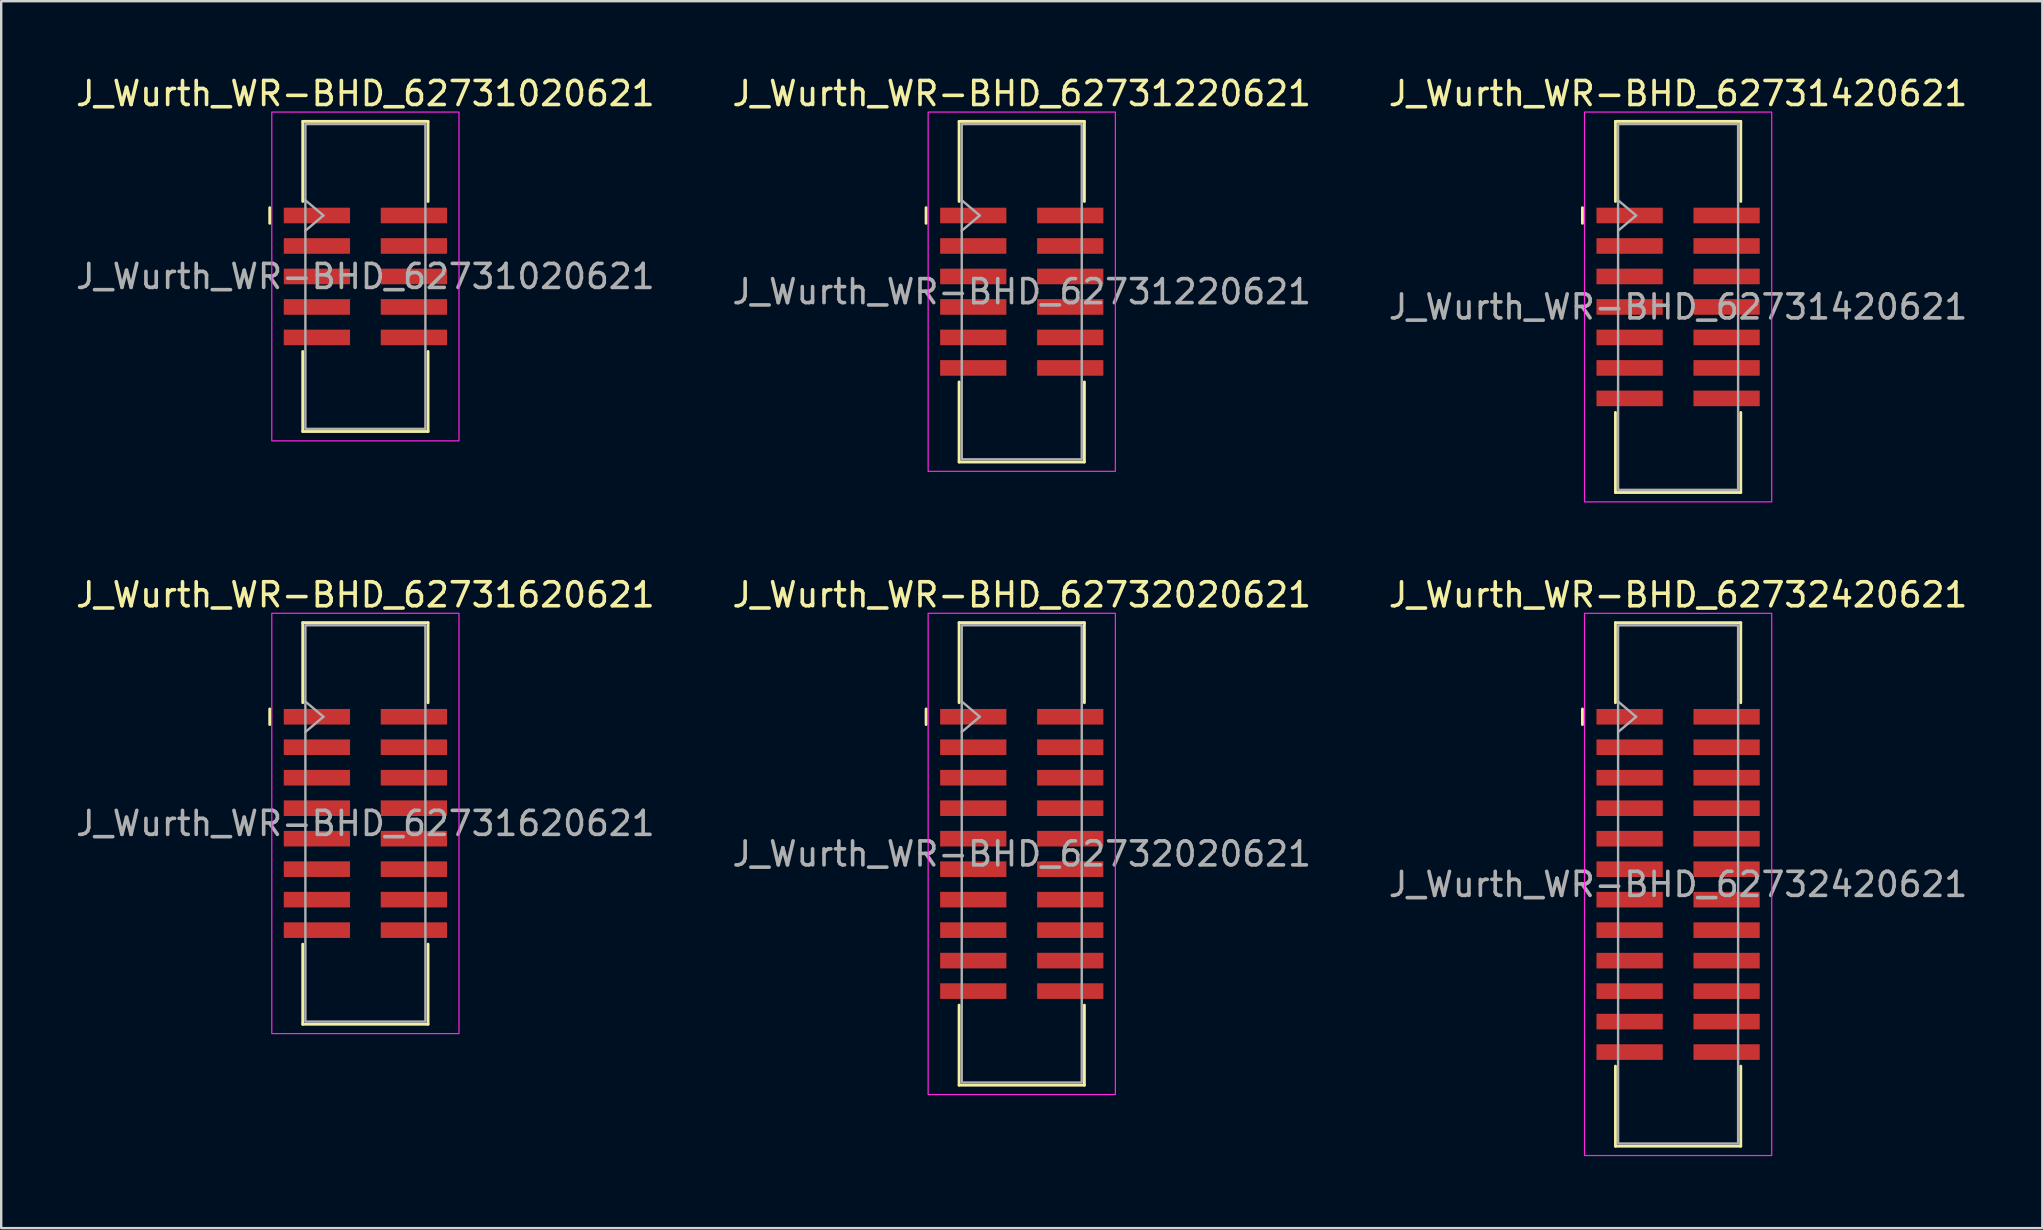
<source format=kicad_pcb>
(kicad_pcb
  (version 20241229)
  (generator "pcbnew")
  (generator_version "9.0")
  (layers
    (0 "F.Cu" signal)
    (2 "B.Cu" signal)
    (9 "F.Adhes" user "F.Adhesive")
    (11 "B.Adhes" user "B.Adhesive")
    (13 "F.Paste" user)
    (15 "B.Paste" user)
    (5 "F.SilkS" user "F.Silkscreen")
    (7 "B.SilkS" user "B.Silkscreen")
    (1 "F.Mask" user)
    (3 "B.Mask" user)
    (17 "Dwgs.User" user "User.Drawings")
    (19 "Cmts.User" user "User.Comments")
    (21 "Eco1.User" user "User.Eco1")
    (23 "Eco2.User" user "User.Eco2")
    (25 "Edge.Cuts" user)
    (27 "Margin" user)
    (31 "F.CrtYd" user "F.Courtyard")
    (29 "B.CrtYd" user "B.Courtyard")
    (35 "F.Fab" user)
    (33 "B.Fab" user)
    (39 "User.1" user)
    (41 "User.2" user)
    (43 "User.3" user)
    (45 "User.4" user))
  (footprint "J_Wurth_WR-BHD_62732020621"
    (layer "F.Cu")
    (at 39.518 32.526)
    (property "Reference" "J_Wurth_WR-BHD_62732020621" (at 0 -10.795 0) (unlocked yes) (layer "F.SilkS") (effects (font (size 1 1) (thickness 0.15))))
    (attr smd)
    (fp_line (start -3.985 -6.04) (end -3.985 -5.39) (stroke (width 0.12) (type solid)) (layer "F.SilkS"))
    (fp_line (start -2.61 -9.635) (end 2.61 -9.635) (stroke (width 0.12) (type default)) (layer "F.SilkS"))
    (fp_line (start -2.61 -6.3) (end -2.61 -9.635) (stroke (width 0.12) (type solid)) (layer "F.SilkS"))
    (fp_line (start -2.61 9.635) (end -2.61 6.3) (stroke (width 0.12) (type solid)) (layer "F.SilkS"))
    (fp_line (start 2.61 -6.3) (end 2.61 -9.635) (stroke (width 0.12) (type solid)) (layer "F.SilkS"))
    (fp_line (start 2.61 6.3) (end 2.61 9.635) (stroke (width 0.12) (type solid)) (layer "F.SilkS"))
    (fp_line (start 2.61 9.635) (end -2.61 9.635) (stroke (width 0.12) (type default)) (layer "F.SilkS"))
    (fp_rect (start -3.9 -10.025) (end 3.9 10.025) (stroke (width 0.05) (type solid)) (fill no) (layer "F.CrtYd"))
    (fp_line (start -1.75 -5.715) (end -2.5 -6.35) (stroke (width 0.1) (type solid)) (layer "F.Fab"))
    (fp_line (start -1.75 -5.715) (end -2.5 -5.08) (stroke (width 0.1) (type solid)) (layer "F.Fab"))
    (fp_rect (start -2.5 -9.525) (end 2.5 9.525) (stroke (width 0.1) (type solid)) (fill no) (layer "F.Fab"))
    (fp_text user "${REFERENCE}" (at 0 0 0) (unlocked yes) (layer "F.Fab") (effects (font (size 1 1) (thickness 0.15))))
    (pad "1" smd rect (at -2.02 -5.715 270) (size 0.65 2.76) (layers "F.Cu" "F.Mask" "F.Paste"))
    (pad "2" smd rect (at 2.02 -5.715 270) (size 0.65 2.76) (layers "F.Cu" "F.Mask" "F.Paste"))
    (pad "3" smd rect (at -2.02 -4.445 270) (size 0.65 2.76) (layers "F.Cu" "F.Mask" "F.Paste"))
    (pad "4" smd rect (at 2.02 -4.445 270) (size 0.65 2.76) (layers "F.Cu" "F.Mask" "F.Paste"))
    (pad "5" smd rect (at -2.02 -3.175 270) (size 0.65 2.76) (layers "F.Cu" "F.Mask" "F.Paste"))
    (pad "6" smd rect (at 2.02 -3.175 270) (size 0.65 2.76) (layers "F.Cu" "F.Mask" "F.Paste"))
    (pad "7" smd rect (at -2.02 -1.905 270) (size 0.65 2.76) (layers "F.Cu" "F.Mask" "F.Paste"))
    (pad "8" smd rect (at 2.02 -1.905 270) (size 0.65 2.76) (layers "F.Cu" "F.Mask" "F.Paste"))
    (pad "9" smd rect (at -2.02 -0.635 270) (size 0.65 2.76) (layers "F.Cu" "F.Mask" "F.Paste"))
    (pad "10" smd rect (at 2.02 -0.635 270) (size 0.65 2.76) (layers "F.Cu" "F.Mask" "F.Paste"))
    (pad "11" smd rect (at -2.02 0.635 270) (size 0.65 2.76) (layers "F.Cu" "F.Mask" "F.Paste"))
    (pad "12" smd rect (at 2.02 0.635 270) (size 0.65 2.76) (layers "F.Cu" "F.Mask" "F.Paste"))
    (pad "13" smd rect (at -2.02 1.905 270) (size 0.65 2.76) (layers "F.Cu" "F.Mask" "F.Paste"))
    (pad "14" smd rect (at 2.02 1.905 270) (size 0.65 2.76) (layers "F.Cu" "F.Mask" "F.Paste"))
    (pad "15" smd rect (at -2.02 3.175 270) (size 0.65 2.76) (layers "F.Cu" "F.Mask" "F.Paste"))
    (pad "16" smd rect (at 2.02 3.175 270) (size 0.65 2.76) (layers "F.Cu" "F.Mask" "F.Paste"))
    (pad "17" smd rect (at -2.02 4.445 270) (size 0.65 2.76) (layers "F.Cu" "F.Mask" "F.Paste"))
    (pad "18" smd rect (at 2.02 4.445 270) (size 0.65 2.76) (layers "F.Cu" "F.Mask" "F.Paste"))
    (pad "19" smd rect (at -2.02 5.715 270) (size 0.65 2.76) (layers "F.Cu" "F.Mask" "F.Paste"))
    (pad "20" smd rect (at 2.02 5.715 270) (size 0.65 2.76) (layers "F.Cu" "F.Mask" "F.Paste")))
  (footprint "J_Wurth_WR-BHD_62731220621"
    (layer "F.Cu")
    (at 39.518 9.103)
    (property "Reference" "J_Wurth_WR-BHD_62731220621" (at 0 -8.255 0) (unlocked yes) (layer "F.SilkS") (effects (font (size 1 1) (thickness 0.15))))
    (attr smd)
    (fp_line (start -3.985 -3.5) (end -3.985 -2.85) (stroke (width 0.12) (type solid)) (layer "F.SilkS"))
    (fp_line (start -2.61 -7.095) (end 2.61 -7.095) (stroke (width 0.12) (type default)) (layer "F.SilkS"))
    (fp_line (start -2.61 -3.76) (end -2.61 -7.095) (stroke (width 0.12) (type solid)) (layer "F.SilkS"))
    (fp_line (start -2.61 7.095) (end -2.61 3.76) (stroke (width 0.12) (type solid)) (layer "F.SilkS"))
    (fp_line (start 2.61 -3.76) (end 2.61 -7.095) (stroke (width 0.12) (type solid)) (layer "F.SilkS"))
    (fp_line (start 2.61 3.76) (end 2.61 7.095) (stroke (width 0.12) (type solid)) (layer "F.SilkS"))
    (fp_line (start 2.61 7.095) (end -2.61 7.095) (stroke (width 0.12) (type default)) (layer "F.SilkS"))
    (fp_rect (start -3.9 -7.485) (end 3.9 7.485) (stroke (width 0.05) (type solid)) (fill no) (layer "F.CrtYd"))
    (fp_line (start -1.75 -3.175) (end -2.5 -3.81) (stroke (width 0.1) (type solid)) (layer "F.Fab"))
    (fp_line (start -1.75 -3.175) (end -2.5 -2.54) (stroke (width 0.1) (type solid)) (layer "F.Fab"))
    (fp_rect (start -2.5 -6.985) (end 2.5 6.985) (stroke (width 0.1) (type solid)) (fill no) (layer "F.Fab"))
    (fp_text user "${REFERENCE}" (at 0 0 0) (unlocked yes) (layer "F.Fab") (effects (font (size 1 1) (thickness 0.15))))
    (pad "1" smd rect (at -2.02 -3.175 270) (size 0.65 2.76) (layers "F.Cu" "F.Mask" "F.Paste"))
    (pad "2" smd rect (at 2.02 -3.175 270) (size 0.65 2.76) (layers "F.Cu" "F.Mask" "F.Paste"))
    (pad "3" smd rect (at -2.02 -1.905 270) (size 0.65 2.76) (layers "F.Cu" "F.Mask" "F.Paste"))
    (pad "4" smd rect (at 2.02 -1.905 270) (size 0.65 2.76) (layers "F.Cu" "F.Mask" "F.Paste"))
    (pad "5" smd rect (at -2.02 -0.635 270) (size 0.65 2.76) (layers "F.Cu" "F.Mask" "F.Paste"))
    (pad "6" smd rect (at 2.02 -0.635 270) (size 0.65 2.76) (layers "F.Cu" "F.Mask" "F.Paste"))
    (pad "7" smd rect (at -2.02 0.635 270) (size 0.65 2.76) (layers "F.Cu" "F.Mask" "F.Paste"))
    (pad "8" smd rect (at 2.02 0.635 270) (size 0.65 2.76) (layers "F.Cu" "F.Mask" "F.Paste"))
    (pad "9" smd rect (at -2.02 1.905 270) (size 0.65 2.76) (layers "F.Cu" "F.Mask" "F.Paste"))
    (pad "10" smd rect (at 2.02 1.905 270) (size 0.65 2.76) (layers "F.Cu" "F.Mask" "F.Paste"))
    (pad "11" smd rect (at -2.02 3.175 270) (size 0.65 2.76) (layers "F.Cu" "F.Mask" "F.Paste"))
    (pad "12" smd rect (at 2.02 3.175 270) (size 0.65 2.76) (layers "F.Cu" "F.Mask" "F.Paste")))
  (footprint "J_Wurth_WR-BHD_62731420621"
    (layer "F.Cu")
    (at 66.863 9.738)
    (property "Reference" "J_Wurth_WR-BHD_62731420621" (at 0 -8.89 0) (unlocked yes) (layer "F.SilkS") (effects (font (size 1 1) (thickness 0.15))))
    (attr smd)
    (fp_line (start -3.985 -4.135) (end -3.985 -3.485) (stroke (width 0.12) (type solid)) (layer "F.SilkS"))
    (fp_line (start -2.61 -7.73) (end 2.61 -7.73) (stroke (width 0.12) (type default)) (layer "F.SilkS"))
    (fp_line (start -2.61 -4.395) (end -2.61 -7.73) (stroke (width 0.12) (type solid)) (layer "F.SilkS"))
    (fp_line (start -2.61 7.73) (end -2.61 4.395) (stroke (width 0.12) (type solid)) (layer "F.SilkS"))
    (fp_line (start 2.61 -4.395) (end 2.61 -7.73) (stroke (width 0.12) (type solid)) (layer "F.SilkS"))
    (fp_line (start 2.61 4.395) (end 2.61 7.73) (stroke (width 0.12) (type solid)) (layer "F.SilkS"))
    (fp_line (start 2.61 7.73) (end -2.61 7.73) (stroke (width 0.12) (type default)) (layer "F.SilkS"))
    (fp_rect (start -3.9 -8.12) (end 3.9 8.12) (stroke (width 0.05) (type solid)) (fill no) (layer "F.CrtYd"))
    (fp_line (start -1.75 -3.81) (end -2.5 -4.445) (stroke (width 0.1) (type solid)) (layer "F.Fab"))
    (fp_line (start -1.75 -3.81) (end -2.5 -3.175) (stroke (width 0.1) (type solid)) (layer "F.Fab"))
    (fp_rect (start -2.5 -7.62) (end 2.5 7.62) (stroke (width 0.1) (type solid)) (fill no) (layer "F.Fab"))
    (fp_text user "${REFERENCE}" (at 0 0 0) (unlocked yes) (layer "F.Fab") (effects (font (size 1 1) (thickness 0.15))))
    (pad "1" smd rect (at -2.02 -3.81 270) (size 0.65 2.76) (layers "F.Cu" "F.Mask" "F.Paste"))
    (pad "2" smd rect (at 2.02 -3.81 270) (size 0.65 2.76) (layers "F.Cu" "F.Mask" "F.Paste"))
    (pad "3" smd rect (at -2.02 -2.54 270) (size 0.65 2.76) (layers "F.Cu" "F.Mask" "F.Paste"))
    (pad "4" smd rect (at 2.02 -2.54 270) (size 0.65 2.76) (layers "F.Cu" "F.Mask" "F.Paste"))
    (pad "5" smd rect (at -2.02 -1.27 270) (size 0.65 2.76) (layers "F.Cu" "F.Mask" "F.Paste"))
    (pad "6" smd rect (at 2.02 -1.27 270) (size 0.65 2.76) (layers "F.Cu" "F.Mask" "F.Paste"))
    (pad "7" smd rect (at -2.02 0 270) (size 0.65 2.76) (layers "F.Cu" "F.Mask" "F.Paste"))
    (pad "8" smd rect (at 2.02 0 270) (size 0.65 2.76) (layers "F.Cu" "F.Mask" "F.Paste"))
    (pad "9" smd rect (at -2.02 1.27 270) (size 0.65 2.76) (layers "F.Cu" "F.Mask" "F.Paste"))
    (pad "10" smd rect (at 2.02 1.27 270) (size 0.65 2.76) (layers "F.Cu" "F.Mask" "F.Paste"))
    (pad "11" smd rect (at -2.02 2.54 270) (size 0.65 2.76) (layers "F.Cu" "F.Mask" "F.Paste"))
    (pad "12" smd rect (at 2.02 2.54 270) (size 0.65 2.76) (layers "F.Cu" "F.Mask" "F.Paste"))
    (pad "13" smd rect (at -2.02 3.81 270) (size 0.65 2.76) (layers "F.Cu" "F.Mask" "F.Paste"))
    (pad "14" smd rect (at 2.02 3.81 270) (size 0.65 2.76) (layers "F.Cu" "F.Mask" "F.Paste")))
  (footprint "J_Wurth_WR-BHD_62732420621"
    (layer "F.Cu")
    (at 66.863 33.797)
    (property "Reference" "J_Wurth_WR-BHD_62732420621" (at 0 -12.065 0) (unlocked yes) (layer "F.SilkS") (effects (font (size 1 1) (thickness 0.15))))
    (attr smd)
    (fp_line (start -3.985 -7.31) (end -3.985 -6.66) (stroke (width 0.12) (type solid)) (layer "F.SilkS"))
    (fp_line (start -2.61 -10.905) (end 2.61 -10.905) (stroke (width 0.12) (type default)) (layer "F.SilkS"))
    (fp_line (start -2.61 -7.57) (end -2.61 -10.905) (stroke (width 0.12) (type solid)) (layer "F.SilkS"))
    (fp_line (start -2.61 10.905) (end -2.61 7.57) (stroke (width 0.12) (type solid)) (layer "F.SilkS"))
    (fp_line (start 2.61 -7.57) (end 2.61 -10.905) (stroke (width 0.12) (type solid)) (layer "F.SilkS"))
    (fp_line (start 2.61 7.57) (end 2.61 10.905) (stroke (width 0.12) (type solid)) (layer "F.SilkS"))
    (fp_line (start 2.61 10.905) (end -2.61 10.905) (stroke (width 0.12) (type default)) (layer "F.SilkS"))
    (fp_rect (start -3.9 -11.295) (end 3.9 11.295) (stroke (width 0.05) (type solid)) (fill no) (layer "F.CrtYd"))
    (fp_line (start -1.75 -6.985) (end -2.5 -7.62) (stroke (width 0.1) (type solid)) (layer "F.Fab"))
    (fp_line (start -1.75 -6.985) (end -2.5 -6.35) (stroke (width 0.1) (type solid)) (layer "F.Fab"))
    (fp_rect (start -2.5 -10.795) (end 2.5 10.795) (stroke (width 0.1) (type solid)) (fill no) (layer "F.Fab"))
    (fp_text user "${REFERENCE}" (at 0 0 0) (unlocked yes) (layer "F.Fab") (effects (font (size 1 1) (thickness 0.15))))
    (pad "1" smd rect (at -2.02 -6.985 270) (size 0.65 2.76) (layers "F.Cu" "F.Mask" "F.Paste"))
    (pad "2" smd rect (at 2.02 -6.985 270) (size 0.65 2.76) (layers "F.Cu" "F.Mask" "F.Paste"))
    (pad "3" smd rect (at -2.02 -5.715 270) (size 0.65 2.76) (layers "F.Cu" "F.Mask" "F.Paste"))
    (pad "4" smd rect (at 2.02 -5.715 270) (size 0.65 2.76) (layers "F.Cu" "F.Mask" "F.Paste"))
    (pad "5" smd rect (at -2.02 -4.445 270) (size 0.65 2.76) (layers "F.Cu" "F.Mask" "F.Paste"))
    (pad "6" smd rect (at 2.02 -4.445 270) (size 0.65 2.76) (layers "F.Cu" "F.Mask" "F.Paste"))
    (pad "7" smd rect (at -2.02 -3.175 270) (size 0.65 2.76) (layers "F.Cu" "F.Mask" "F.Paste"))
    (pad "8" smd rect (at 2.02 -3.175 270) (size 0.65 2.76) (layers "F.Cu" "F.Mask" "F.Paste"))
    (pad "9" smd rect (at -2.02 -1.905 270) (size 0.65 2.76) (layers "F.Cu" "F.Mask" "F.Paste"))
    (pad "10" smd rect (at 2.02 -1.905 270) (size 0.65 2.76) (layers "F.Cu" "F.Mask" "F.Paste"))
    (pad "11" smd rect (at -2.02 -0.635 270) (size 0.65 2.76) (layers "F.Cu" "F.Mask" "F.Paste"))
    (pad "12" smd rect (at 2.02 -0.635 270) (size 0.65 2.76) (layers "F.Cu" "F.Mask" "F.Paste"))
    (pad "13" smd rect (at -2.02 0.635 270) (size 0.65 2.76) (layers "F.Cu" "F.Mask" "F.Paste"))
    (pad "14" smd rect (at 2.02 0.635 270) (size 0.65 2.76) (layers "F.Cu" "F.Mask" "F.Paste"))
    (pad "15" smd rect (at -2.02 1.905 270) (size 0.65 2.76) (layers "F.Cu" "F.Mask" "F.Paste"))
    (pad "16" smd rect (at 2.02 1.905 270) (size 0.65 2.76) (layers "F.Cu" "F.Mask" "F.Paste"))
    (pad "17" smd rect (at -2.02 3.175 270) (size 0.65 2.76) (layers "F.Cu" "F.Mask" "F.Paste"))
    (pad "18" smd rect (at 2.02 3.175 270) (size 0.65 2.76) (layers "F.Cu" "F.Mask" "F.Paste"))
    (pad "19" smd rect (at -2.02 4.445 270) (size 0.65 2.76) (layers "F.Cu" "F.Mask" "F.Paste"))
    (pad "20" smd rect (at 2.02 4.445 270) (size 0.65 2.76) (layers "F.Cu" "F.Mask" "F.Paste"))
    (pad "21" smd rect (at -2.02 5.715 270) (size 0.65 2.76) (layers "F.Cu" "F.Mask" "F.Paste"))
    (pad "22" smd rect (at 2.02 5.715 270) (size 0.65 2.76) (layers "F.Cu" "F.Mask" "F.Paste"))
    (pad "23" smd rect (at -2.02 6.985 270) (size 0.65 2.76) (layers "F.Cu" "F.Mask" "F.Paste"))
    (pad "24" smd rect (at 2.02 6.985 270) (size 0.65 2.76) (layers "F.Cu" "F.Mask" "F.Paste")))
  (footprint "J_Wurth_WR-BHD_62731020621"
    (layer "F.Cu")
    (at 12.173 8.468)
    (property "Reference" "J_Wurth_WR-BHD_62731020621" (at 0 -7.62 0) (unlocked yes) (layer "F.SilkS") (effects (font (size 1 1) (thickness 0.15))))
    (attr smd)
    (fp_line (start -3.985 -2.865) (end -3.985 -2.215) (stroke (width 0.12) (type solid)) (layer "F.SilkS"))
    (fp_line (start -2.61 -6.46) (end 2.61 -6.46) (stroke (width 0.12) (type default)) (layer "F.SilkS"))
    (fp_line (start -2.61 -3.125) (end -2.61 -6.46) (stroke (width 0.12) (type solid)) (layer "F.SilkS"))
    (fp_line (start -2.61 6.46) (end -2.61 3.125) (stroke (width 0.12) (type solid)) (layer "F.SilkS"))
    (fp_line (start 2.61 -3.125) (end 2.61 -6.46) (stroke (width 0.12) (type solid)) (layer "F.SilkS"))
    (fp_line (start 2.61 3.125) (end 2.61 6.46) (stroke (width 0.12) (type solid)) (layer "F.SilkS"))
    (fp_line (start 2.61 6.46) (end -2.61 6.46) (stroke (width 0.12) (type default)) (layer "F.SilkS"))
    (fp_rect (start -3.9 -6.85) (end 3.9 6.85) (stroke (width 0.05) (type solid)) (fill no) (layer "F.CrtYd"))
    (fp_line (start -1.75 -2.54) (end -2.5 -3.175) (stroke (width 0.1) (type solid)) (layer "F.Fab"))
    (fp_line (start -1.75 -2.54) (end -2.5 -1.905) (stroke (width 0.1) (type solid)) (layer "F.Fab"))
    (fp_rect (start -2.5 -6.35) (end 2.5 6.35) (stroke (width 0.1) (type solid)) (fill no) (layer "F.Fab"))
    (fp_text user "${REFERENCE}" (at 0 0 0) (unlocked yes) (layer "F.Fab") (effects (font (size 1 1) (thickness 0.15))))
    (pad "1" smd rect (at -2.02 -2.54 270) (size 0.65 2.76) (layers "F.Cu" "F.Mask" "F.Paste"))
    (pad "2" smd rect (at 2.02 -2.54 270) (size 0.65 2.76) (layers "F.Cu" "F.Mask" "F.Paste"))
    (pad "3" smd rect (at -2.02 -1.27 270) (size 0.65 2.76) (layers "F.Cu" "F.Mask" "F.Paste"))
    (pad "4" smd rect (at 2.02 -1.27 270) (size 0.65 2.76) (layers "F.Cu" "F.Mask" "F.Paste"))
    (pad "5" smd rect (at -2.02 0 270) (size 0.65 2.76) (layers "F.Cu" "F.Mask" "F.Paste"))
    (pad "6" smd rect (at 2.02 0 270) (size 0.65 2.76) (layers "F.Cu" "F.Mask" "F.Paste"))
    (pad "7" smd rect (at -2.02 1.27 270) (size 0.65 2.76) (layers "F.Cu" "F.Mask" "F.Paste"))
    (pad "8" smd rect (at 2.02 1.27 270) (size 0.65 2.76) (layers "F.Cu" "F.Mask" "F.Paste"))
    (pad "9" smd rect (at -2.02 2.54 270) (size 0.65 2.76) (layers "F.Cu" "F.Mask" "F.Paste"))
    (pad "10" smd rect (at 2.02 2.54 270) (size 0.65 2.76) (layers "F.Cu" "F.Mask" "F.Paste")))
  (footprint "J_Wurth_WR-BHD_62731620621"
    (layer "F.Cu")
    (at 12.173 31.256)
    (property "Reference" "J_Wurth_WR-BHD_62731620621" (at 0 -9.525 0) (unlocked yes) (layer "F.SilkS") (effects (font (size 1 1) (thickness 0.15))))
    (attr smd)
    (fp_line (start -3.985 -4.77) (end -3.985 -4.12) (stroke (width 0.12) (type solid)) (layer "F.SilkS"))
    (fp_line (start -2.61 -8.365) (end 2.61 -8.365) (stroke (width 0.12) (type default)) (layer "F.SilkS"))
    (fp_line (start -2.61 -5.03) (end -2.61 -8.365) (stroke (width 0.12) (type solid)) (layer "F.SilkS"))
    (fp_line (start -2.61 8.365) (end -2.61 5.03) (stroke (width 0.12) (type solid)) (layer "F.SilkS"))
    (fp_line (start 2.61 -5.03) (end 2.61 -8.365) (stroke (width 0.12) (type solid)) (layer "F.SilkS"))
    (fp_line (start 2.61 5.03) (end 2.61 8.365) (stroke (width 0.12) (type solid)) (layer "F.SilkS"))
    (fp_line (start 2.61 8.365) (end -2.61 8.365) (stroke (width 0.12) (type default)) (layer "F.SilkS"))
    (fp_rect (start -3.9 -8.755) (end 3.9 8.755) (stroke (width 0.05) (type solid)) (fill no) (layer "F.CrtYd"))
    (fp_line (start -1.75 -4.445) (end -2.5 -5.08) (stroke (width 0.1) (type solid)) (layer "F.Fab"))
    (fp_line (start -1.75 -4.445) (end -2.5 -3.81) (stroke (width 0.1) (type solid)) (layer "F.Fab"))
    (fp_rect (start -2.5 -8.255) (end 2.5 8.255) (stroke (width 0.1) (type solid)) (fill no) (layer "F.Fab"))
    (fp_text user "${REFERENCE}" (at 0 0 0) (unlocked yes) (layer "F.Fab") (effects (font (size 1 1) (thickness 0.15))))
    (pad "1" smd rect (at -2.02 -4.445 270) (size 0.65 2.76) (layers "F.Cu" "F.Mask" "F.Paste"))
    (pad "2" smd rect (at 2.02 -4.445 270) (size 0.65 2.76) (layers "F.Cu" "F.Mask" "F.Paste"))
    (pad "3" smd rect (at -2.02 -3.175 270) (size 0.65 2.76) (layers "F.Cu" "F.Mask" "F.Paste"))
    (pad "4" smd rect (at 2.02 -3.175 270) (size 0.65 2.76) (layers "F.Cu" "F.Mask" "F.Paste"))
    (pad "5" smd rect (at -2.02 -1.905 270) (size 0.65 2.76) (layers "F.Cu" "F.Mask" "F.Paste"))
    (pad "6" smd rect (at 2.02 -1.905 270) (size 0.65 2.76) (layers "F.Cu" "F.Mask" "F.Paste"))
    (pad "7" smd rect (at -2.02 -0.635 270) (size 0.65 2.76) (layers "F.Cu" "F.Mask" "F.Paste"))
    (pad "8" smd rect (at 2.02 -0.635 270) (size 0.65 2.76) (layers "F.Cu" "F.Mask" "F.Paste"))
    (pad "9" smd rect (at -2.02 0.635 270) (size 0.65 2.76) (layers "F.Cu" "F.Mask" "F.Paste"))
    (pad "10" smd rect (at 2.02 0.635 270) (size 0.65 2.76) (layers "F.Cu" "F.Mask" "F.Paste"))
    (pad "11" smd rect (at -2.02 1.905 270) (size 0.65 2.76) (layers "F.Cu" "F.Mask" "F.Paste"))
    (pad "12" smd rect (at 2.02 1.905 270) (size 0.65 2.76) (layers "F.Cu" "F.Mask" "F.Paste"))
    (pad "13" smd rect (at -2.02 3.175 270) (size 0.65 2.76) (layers "F.Cu" "F.Mask" "F.Paste"))
    (pad "14" smd rect (at 2.02 3.175 270) (size 0.65 2.76) (layers "F.Cu" "F.Mask" "F.Paste"))
    (pad "15" smd rect (at -2.02 4.445 270) (size 0.65 2.76) (layers "F.Cu" "F.Mask" "F.Paste"))
    (pad "16" smd rect (at 2.02 4.445 270) (size 0.65 2.76) (layers "F.Cu" "F.Mask" "F.Paste")))
  (gr_rect
    (start -3 -3)
    (end 82.036 48.117)
    (stroke (width 0.1) (type default))
    (fill no)
    (layer "Edge.Cuts")))
</source>
